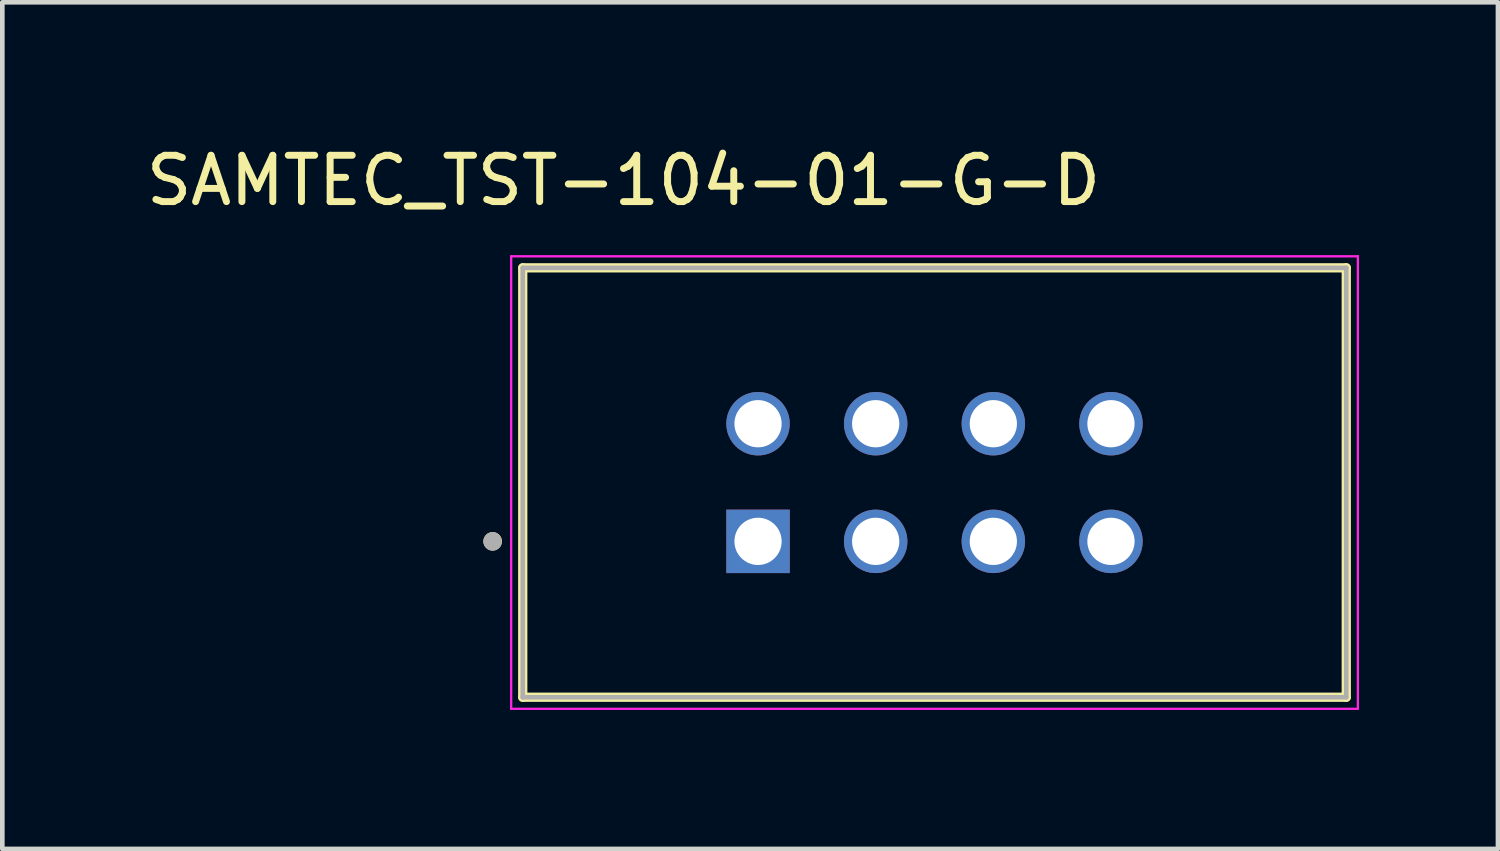
<source format=kicad_pcb>
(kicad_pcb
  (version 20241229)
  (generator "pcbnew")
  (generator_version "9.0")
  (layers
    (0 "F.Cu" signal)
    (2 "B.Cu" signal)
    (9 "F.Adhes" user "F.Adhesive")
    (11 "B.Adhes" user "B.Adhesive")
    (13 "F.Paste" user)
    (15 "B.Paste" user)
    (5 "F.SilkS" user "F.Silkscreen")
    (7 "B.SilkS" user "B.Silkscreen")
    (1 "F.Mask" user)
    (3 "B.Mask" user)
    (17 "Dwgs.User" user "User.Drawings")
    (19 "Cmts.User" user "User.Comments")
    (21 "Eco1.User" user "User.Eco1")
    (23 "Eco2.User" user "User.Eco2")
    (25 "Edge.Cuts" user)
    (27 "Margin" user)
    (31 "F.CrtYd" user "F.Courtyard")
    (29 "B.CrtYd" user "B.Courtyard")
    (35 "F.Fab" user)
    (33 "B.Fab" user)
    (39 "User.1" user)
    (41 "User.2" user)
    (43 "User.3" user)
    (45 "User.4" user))
  (footprint "SAMTEC_TST-104-01-G-D"
    (layer "F.Cu")
    (at 13.316 8.638)
    (property "Reference" "SAMTEC_TST-104-01-G-D" (at -2.905 -7.79 0) (layer "F.SilkS") (effects (font (size 1 1) (thickness 0.15))))
    (attr through_hole)
    (fp_line (start -5.08 3.365) (end -5.08 -5.905) (stroke (width 0.2) (type solid)) (layer "F.SilkS"))
    (fp_line (start 12.7 -5.905) (end -5.08 -5.905) (stroke (width 0.2) (type solid)) (layer "F.SilkS"))
    (fp_line (start 12.7 -5.905) (end 12.7 3.365) (stroke (width 0.2) (type solid)) (layer "F.SilkS"))
    (fp_line (start 12.7 3.365) (end -5.08 3.365) (stroke (width 0.2) (type solid)) (layer "F.SilkS"))
    (fp_circle (center -5.73 0) (end -5.63 0) (stroke (width 0.2) (type solid)) (fill no) (layer "F.SilkS"))
    (fp_line (start -5.33 -6.155) (end 12.95 -6.155) (stroke (width 0.05) (type solid)) (layer "F.CrtYd"))
    (fp_line (start -5.33 3.615) (end -5.33 -6.155) (stroke (width 0.05) (type solid)) (layer "F.CrtYd"))
    (fp_line (start 12.95 -6.155) (end 12.95 3.615) (stroke (width 0.05) (type solid)) (layer "F.CrtYd"))
    (fp_line (start 12.95 3.615) (end -5.33 3.615) (stroke (width 0.05) (type solid)) (layer "F.CrtYd"))
    (fp_line (start -5.08 -5.905) (end 12.7 -5.905) (stroke (width 0.1) (type solid)) (layer "F.Fab"))
    (fp_line (start -5.08 3.365) (end -5.08 -5.905) (stroke (width 0.1) (type solid)) (layer "F.Fab"))
    (fp_line (start 12.7 -5.905) (end 12.7 3.365) (stroke (width 0.1) (type solid)) (layer "F.Fab"))
    (fp_line (start 12.7 3.365) (end -5.08 3.365) (stroke (width 0.1) (type solid)) (layer "F.Fab"))
    (fp_circle (center -5.73 0) (end -5.63 0) (stroke (width 0.2) (type solid)) (fill no) (layer "F.Fab"))
    (pad "01" thru_hole rect (at 0 0) (size 1.37 1.37) (drill 1.02) (layers "*.Cu" "*.Mask"))
    (pad "02" thru_hole circle (at 0 -2.54) (size 1.37 1.37) (drill 1.02) (layers "*.Cu" "*.Mask"))
    (pad "03" thru_hole circle (at 2.54 0) (size 1.37 1.37) (drill 1.02) (layers "*.Cu" "*.Mask"))
    (pad "04" thru_hole circle (at 2.54 -2.54) (size 1.37 1.37) (drill 1.02) (layers "*.Cu" "*.Mask"))
    (pad "05" thru_hole circle (at 5.08 0) (size 1.37 1.37) (drill 1.02) (layers "*.Cu" "*.Mask"))
    (pad "06" thru_hole circle (at 5.08 -2.54) (size 1.37 1.37) (drill 1.02) (layers "*.Cu" "*.Mask"))
    (pad "07" thru_hole circle (at 7.62 0) (size 1.37 1.37) (drill 1.02) (layers "*.Cu" "*.Mask"))
    (pad "08" thru_hole circle (at 7.62 -2.54) (size 1.37 1.37) (drill 1.02) (layers "*.Cu" "*.Mask")))
  (gr_rect
    (start -3 -3)
    (end 29.291 15.278)
    (stroke (width 0.1) (type default))
    (fill no)
    (layer "Edge.Cuts")))
</source>
